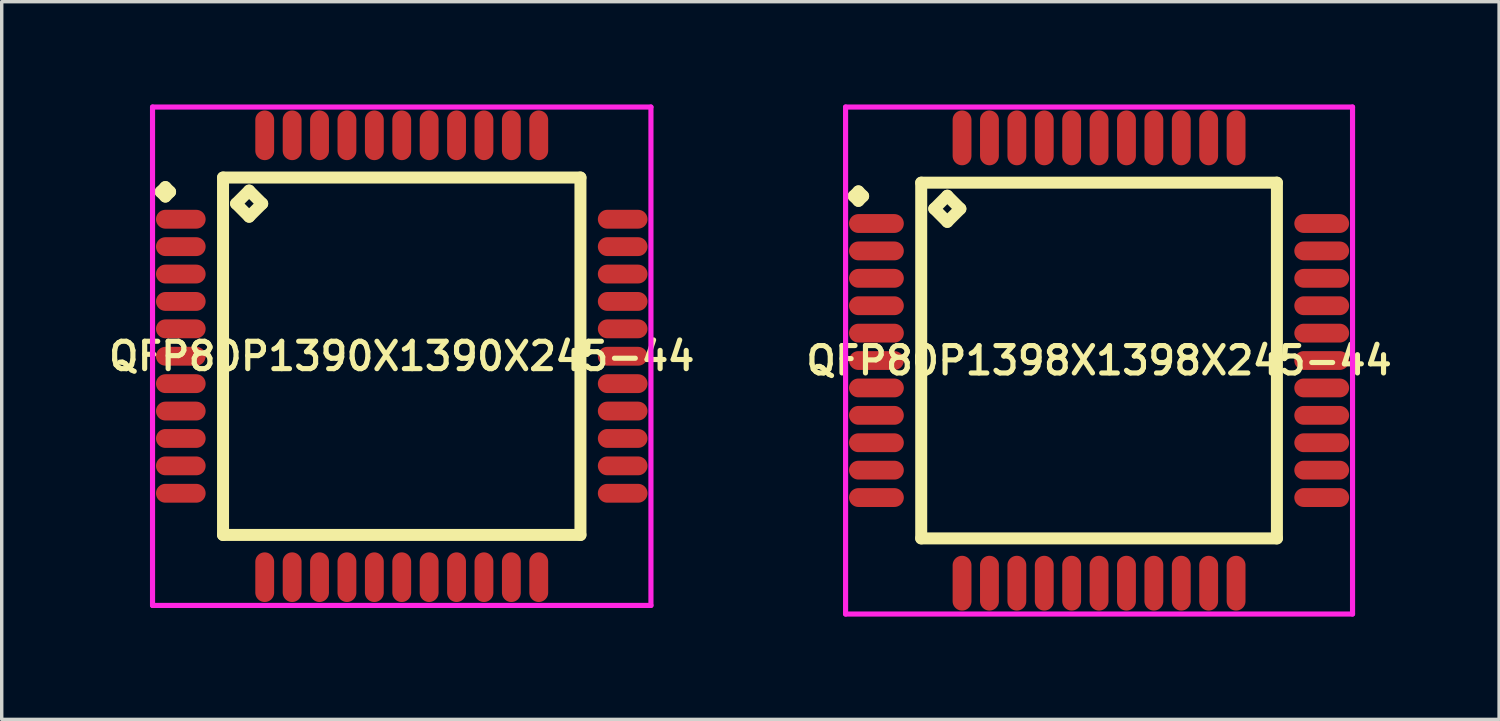
<source format=kicad_pcb>
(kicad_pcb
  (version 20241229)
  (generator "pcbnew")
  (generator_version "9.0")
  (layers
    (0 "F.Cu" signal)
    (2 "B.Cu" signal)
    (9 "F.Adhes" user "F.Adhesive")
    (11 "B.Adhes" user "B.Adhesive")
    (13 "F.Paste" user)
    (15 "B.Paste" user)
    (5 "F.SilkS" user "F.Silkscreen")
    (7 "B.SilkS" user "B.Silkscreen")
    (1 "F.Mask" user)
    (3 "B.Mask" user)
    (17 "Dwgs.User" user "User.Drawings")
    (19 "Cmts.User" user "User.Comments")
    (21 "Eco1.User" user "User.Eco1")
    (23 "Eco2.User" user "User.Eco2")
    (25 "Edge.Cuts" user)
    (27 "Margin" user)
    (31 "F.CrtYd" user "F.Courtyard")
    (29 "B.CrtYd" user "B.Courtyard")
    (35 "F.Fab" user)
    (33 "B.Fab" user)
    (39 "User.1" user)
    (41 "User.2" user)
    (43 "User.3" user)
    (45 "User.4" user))
  (footprint "QFP80P1398X1398X245-44"
    (layer "F.Cu")
    (at 29.035 7.475)
    (property "Reference" "QFP80P1398X1398X245-44" (at 0 0 0) (layer "F.SilkS") (effects (font (size 0.8 0.8) (thickness 0.15))))
    (attr smd)
    (fp_line (start -7.162 -4.8) (end -7.025 -4.938) (stroke (width 0.35) (type solid)) (layer "F.SilkS"))
    (fp_line (start -7.025 -4.938) (end -6.888 -4.8) (stroke (width 0.35) (type solid)) (layer "F.SilkS"))
    (fp_line (start -7.025 -4.662) (end -7.162 -4.8) (stroke (width 0.35) (type solid)) (layer "F.SilkS"))
    (fp_line (start -6.888 -4.8) (end -7.025 -4.662) (stroke (width 0.35) (type solid)) (layer "F.SilkS"))
    (fp_line (start -5.192 -5.192) (end -5.192 5.192) (stroke (width 0.35) (type solid)) (layer "F.SilkS"))
    (fp_line (start -5.192 5.192) (end 5.192 5.192) (stroke (width 0.35) (type solid)) (layer "F.SilkS"))
    (fp_line (start -4.811 -4.43) (end -4.43 -4.811) (stroke (width 0.35) (type solid)) (layer "F.SilkS"))
    (fp_line (start -4.43 -4.811) (end -4.049 -4.43) (stroke (width 0.35) (type solid)) (layer "F.SilkS"))
    (fp_line (start -4.43 -4.049) (end -4.811 -4.43) (stroke (width 0.35) (type solid)) (layer "F.SilkS"))
    (fp_line (start -4.049 -4.43) (end -4.43 -4.049) (stroke (width 0.35) (type solid)) (layer "F.SilkS"))
    (fp_line (start 5.192 -5.192) (end -5.192 -5.192) (stroke (width 0.35) (type solid)) (layer "F.SilkS"))
    (fp_line (start 5.192 5.192) (end 5.192 -5.192) (stroke (width 0.35) (type solid)) (layer "F.SilkS"))
    (fp_line (start -7.4 -7.4) (end 7.4 -7.4) (stroke (width 0.15) (type solid)) (layer "F.CrtYd"))
    (fp_line (start -7.4 7.4) (end -7.4 -7.4) (stroke (width 0.15) (type solid)) (layer "F.CrtYd"))
    (fp_line (start 7.4 -7.4) (end 7.4 7.4) (stroke (width 0.15) (type solid)) (layer "F.CrtYd"))
    (fp_line (start 7.4 7.4) (end -7.4 7.4) (stroke (width 0.15) (type solid)) (layer "F.CrtYd"))
    (pad "1" smd oval (at -6.5 -4) (size 1.6 0.55) (layers "F.Cu" "F.Mask" "F.Paste"))
    (pad "2" smd oval (at -6.5 -3.2) (size 1.6 0.55) (layers "F.Cu" "F.Mask" "F.Paste"))
    (pad "3" smd oval (at -6.5 -2.4) (size 1.6 0.55) (layers "F.Cu" "F.Mask" "F.Paste"))
    (pad "4" smd oval (at -6.5 -1.6) (size 1.6 0.55) (layers "F.Cu" "F.Mask" "F.Paste"))
    (pad "5" smd oval (at -6.5 -0.8) (size 1.6 0.55) (layers "F.Cu" "F.Mask" "F.Paste"))
    (pad "6" smd oval (at -6.5 0) (size 1.6 0.55) (layers "F.Cu" "F.Mask" "F.Paste"))
    (pad "7" smd oval (at -6.5 0.8) (size 1.6 0.55) (layers "F.Cu" "F.Mask" "F.Paste"))
    (pad "8" smd oval (at -6.5 1.6) (size 1.6 0.55) (layers "F.Cu" "F.Mask" "F.Paste"))
    (pad "9" smd oval (at -6.5 2.4) (size 1.6 0.55) (layers "F.Cu" "F.Mask" "F.Paste"))
    (pad "10" smd oval (at -6.5 3.2) (size 1.6 0.55) (layers "F.Cu" "F.Mask" "F.Paste"))
    (pad "11" smd oval (at -6.5 4) (size 1.6 0.55) (layers "F.Cu" "F.Mask" "F.Paste"))
    (pad "12" smd oval (at -4 6.5) (size 0.55 1.6) (layers "F.Cu" "F.Mask" "F.Paste"))
    (pad "13" smd oval (at -3.2 6.5) (size 0.55 1.6) (layers "F.Cu" "F.Mask" "F.Paste"))
    (pad "14" smd oval (at -2.4 6.5) (size 0.55 1.6) (layers "F.Cu" "F.Mask" "F.Paste"))
    (pad "15" smd oval (at -1.6 6.5) (size 0.55 1.6) (layers "F.Cu" "F.Mask" "F.Paste"))
    (pad "16" smd oval (at -0.8 6.5) (size 0.55 1.6) (layers "F.Cu" "F.Mask" "F.Paste"))
    (pad "17" smd oval (at 0 6.5) (size 0.55 1.6) (layers "F.Cu" "F.Mask" "F.Paste"))
    (pad "18" smd oval (at 0.8 6.5) (size 0.55 1.6) (layers "F.Cu" "F.Mask" "F.Paste"))
    (pad "19" smd oval (at 1.6 6.5) (size 0.55 1.6) (layers "F.Cu" "F.Mask" "F.Paste"))
    (pad "20" smd oval (at 2.4 6.5) (size 0.55 1.6) (layers "F.Cu" "F.Mask" "F.Paste"))
    (pad "21" smd oval (at 3.2 6.5) (size 0.55 1.6) (layers "F.Cu" "F.Mask" "F.Paste"))
    (pad "22" smd oval (at 4 6.5) (size 0.55 1.6) (layers "F.Cu" "F.Mask" "F.Paste"))
    (pad "23" smd oval (at 6.5 4) (size 1.6 0.55) (layers "F.Cu" "F.Mask" "F.Paste"))
    (pad "24" smd oval (at 6.5 3.2) (size 1.6 0.55) (layers "F.Cu" "F.Mask" "F.Paste"))
    (pad "25" smd oval (at 6.5 2.4) (size 1.6 0.55) (layers "F.Cu" "F.Mask" "F.Paste"))
    (pad "26" smd oval (at 6.5 1.6) (size 1.6 0.55) (layers "F.Cu" "F.Mask" "F.Paste"))
    (pad "27" smd oval (at 6.5 0.8) (size 1.6 0.55) (layers "F.Cu" "F.Mask" "F.Paste"))
    (pad "28" smd oval (at 6.5 0) (size 1.6 0.55) (layers "F.Cu" "F.Mask" "F.Paste"))
    (pad "29" smd oval (at 6.5 -0.8) (size 1.6 0.55) (layers "F.Cu" "F.Mask" "F.Paste"))
    (pad "30" smd oval (at 6.5 -1.6) (size 1.6 0.55) (layers "F.Cu" "F.Mask" "F.Paste"))
    (pad "31" smd oval (at 6.5 -2.4) (size 1.6 0.55) (layers "F.Cu" "F.Mask" "F.Paste"))
    (pad "32" smd oval (at 6.5 -3.2) (size 1.6 0.55) (layers "F.Cu" "F.Mask" "F.Paste"))
    (pad "33" smd oval (at 6.5 -4) (size 1.6 0.55) (layers "F.Cu" "F.Mask" "F.Paste"))
    (pad "34" smd oval (at 4 -6.5) (size 0.55 1.6) (layers "F.Cu" "F.Mask" "F.Paste"))
    (pad "35" smd oval (at 3.2 -6.5) (size 0.55 1.6) (layers "F.Cu" "F.Mask" "F.Paste"))
    (pad "36" smd oval (at 2.4 -6.5) (size 0.55 1.6) (layers "F.Cu" "F.Mask" "F.Paste"))
    (pad "37" smd oval (at 1.6 -6.5) (size 0.55 1.6) (layers "F.Cu" "F.Mask" "F.Paste"))
    (pad "38" smd oval (at 0.8 -6.5) (size 0.55 1.6) (layers "F.Cu" "F.Mask" "F.Paste"))
    (pad "39" smd oval (at 0 -6.5) (size 0.55 1.6) (layers "F.Cu" "F.Mask" "F.Paste"))
    (pad "40" smd oval (at -0.8 -6.5) (size 0.55 1.6) (layers "F.Cu" "F.Mask" "F.Paste"))
    (pad "41" smd oval (at -1.6 -6.5) (size 0.55 1.6) (layers "F.Cu" "F.Mask" "F.Paste"))
    (pad "42" smd oval (at -2.4 -6.5) (size 0.55 1.6) (layers "F.Cu" "F.Mask" "F.Paste"))
    (pad "43" smd oval (at -3.2 -6.5) (size 0.55 1.6) (layers "F.Cu" "F.Mask" "F.Paste"))
    (pad "44" smd oval (at -4 -6.5) (size 0.55 1.6) (layers "F.Cu" "F.Mask" "F.Paste")))
  (footprint "QFP80P1390X1390X245-44"
    (layer "F.Cu")
    (at 8.678 7.35)
    (property "Reference" "QFP80P1390X1390X245-44" (at 0 0 0) (layer "F.SilkS") (effects (font (size 0.8 0.8) (thickness 0.15))))
    (attr smd)
    (fp_line (start -7.037 -4.8) (end -6.9 -4.938) (stroke (width 0.35) (type solid)) (layer "F.SilkS"))
    (fp_line (start -6.9 -4.938) (end -6.763 -4.8) (stroke (width 0.35) (type solid)) (layer "F.SilkS"))
    (fp_line (start -6.9 -4.662) (end -7.037 -4.8) (stroke (width 0.35) (type solid)) (layer "F.SilkS"))
    (fp_line (start -6.763 -4.8) (end -6.9 -4.662) (stroke (width 0.35) (type solid)) (layer "F.SilkS"))
    (fp_line (start -5.217 -5.217) (end -5.217 5.217) (stroke (width 0.35) (type solid)) (layer "F.SilkS"))
    (fp_line (start -5.217 5.217) (end 5.217 5.217) (stroke (width 0.35) (type solid)) (layer "F.SilkS"))
    (fp_line (start -4.836 -4.455) (end -4.455 -4.836) (stroke (width 0.35) (type solid)) (layer "F.SilkS"))
    (fp_line (start -4.455 -4.836) (end -4.074 -4.455) (stroke (width 0.35) (type solid)) (layer "F.SilkS"))
    (fp_line (start -4.455 -4.074) (end -4.836 -4.455) (stroke (width 0.35) (type solid)) (layer "F.SilkS"))
    (fp_line (start -4.074 -4.455) (end -4.455 -4.074) (stroke (width 0.35) (type solid)) (layer "F.SilkS"))
    (fp_line (start 5.217 -5.217) (end -5.217 -5.217) (stroke (width 0.35) (type solid)) (layer "F.SilkS"))
    (fp_line (start 5.217 5.217) (end 5.217 -5.217) (stroke (width 0.35) (type solid)) (layer "F.SilkS"))
    (fp_line (start -7.275 -7.275) (end 7.275 -7.275) (stroke (width 0.15) (type solid)) (layer "F.CrtYd"))
    (fp_line (start -7.275 7.275) (end -7.275 -7.275) (stroke (width 0.15) (type solid)) (layer "F.CrtYd"))
    (fp_line (start 7.275 -7.275) (end 7.275 7.275) (stroke (width 0.15) (type solid)) (layer "F.CrtYd"))
    (fp_line (start 7.275 7.275) (end -7.275 7.275) (stroke (width 0.15) (type solid)) (layer "F.CrtYd"))
    (pad "1" smd oval (at -6.45 -4) (size 1.45 0.55) (layers "F.Cu" "F.Mask" "F.Paste"))
    (pad "2" smd oval (at -6.45 -3.2) (size 1.45 0.55) (layers "F.Cu" "F.Mask" "F.Paste"))
    (pad "3" smd oval (at -6.45 -2.4) (size 1.45 0.55) (layers "F.Cu" "F.Mask" "F.Paste"))
    (pad "4" smd oval (at -6.45 -1.6) (size 1.45 0.55) (layers "F.Cu" "F.Mask" "F.Paste"))
    (pad "5" smd oval (at -6.45 -0.8) (size 1.45 0.55) (layers "F.Cu" "F.Mask" "F.Paste"))
    (pad "6" smd oval (at -6.45 0) (size 1.45 0.55) (layers "F.Cu" "F.Mask" "F.Paste"))
    (pad "7" smd oval (at -6.45 0.8) (size 1.45 0.55) (layers "F.Cu" "F.Mask" "F.Paste"))
    (pad "8" smd oval (at -6.45 1.6) (size 1.45 0.55) (layers "F.Cu" "F.Mask" "F.Paste"))
    (pad "9" smd oval (at -6.45 2.4) (size 1.45 0.55) (layers "F.Cu" "F.Mask" "F.Paste"))
    (pad "10" smd oval (at -6.45 3.2) (size 1.45 0.55) (layers "F.Cu" "F.Mask" "F.Paste"))
    (pad "11" smd oval (at -6.45 4) (size 1.45 0.55) (layers "F.Cu" "F.Mask" "F.Paste"))
    (pad "12" smd oval (at -4 6.45) (size 0.55 1.45) (layers "F.Cu" "F.Mask" "F.Paste"))
    (pad "13" smd oval (at -3.2 6.45) (size 0.55 1.45) (layers "F.Cu" "F.Mask" "F.Paste"))
    (pad "14" smd oval (at -2.4 6.45) (size 0.55 1.45) (layers "F.Cu" "F.Mask" "F.Paste"))
    (pad "15" smd oval (at -1.6 6.45) (size 0.55 1.45) (layers "F.Cu" "F.Mask" "F.Paste"))
    (pad "16" smd oval (at -0.8 6.45) (size 0.55 1.45) (layers "F.Cu" "F.Mask" "F.Paste"))
    (pad "17" smd oval (at 0 6.45) (size 0.55 1.45) (layers "F.Cu" "F.Mask" "F.Paste"))
    (pad "18" smd oval (at 0.8 6.45) (size 0.55 1.45) (layers "F.Cu" "F.Mask" "F.Paste"))
    (pad "19" smd oval (at 1.6 6.45) (size 0.55 1.45) (layers "F.Cu" "F.Mask" "F.Paste"))
    (pad "20" smd oval (at 2.4 6.45) (size 0.55 1.45) (layers "F.Cu" "F.Mask" "F.Paste"))
    (pad "21" smd oval (at 3.2 6.45) (size 0.55 1.45) (layers "F.Cu" "F.Mask" "F.Paste"))
    (pad "22" smd oval (at 4 6.45) (size 0.55 1.45) (layers "F.Cu" "F.Mask" "F.Paste"))
    (pad "23" smd oval (at 6.45 4) (size 1.45 0.55) (layers "F.Cu" "F.Mask" "F.Paste"))
    (pad "24" smd oval (at 6.45 3.2) (size 1.45 0.55) (layers "F.Cu" "F.Mask" "F.Paste"))
    (pad "25" smd oval (at 6.45 2.4) (size 1.45 0.55) (layers "F.Cu" "F.Mask" "F.Paste"))
    (pad "26" smd oval (at 6.45 1.6) (size 1.45 0.55) (layers "F.Cu" "F.Mask" "F.Paste"))
    (pad "27" smd oval (at 6.45 0.8) (size 1.45 0.55) (layers "F.Cu" "F.Mask" "F.Paste"))
    (pad "28" smd oval (at 6.45 0) (size 1.45 0.55) (layers "F.Cu" "F.Mask" "F.Paste"))
    (pad "29" smd oval (at 6.45 -0.8) (size 1.45 0.55) (layers "F.Cu" "F.Mask" "F.Paste"))
    (pad "30" smd oval (at 6.45 -1.6) (size 1.45 0.55) (layers "F.Cu" "F.Mask" "F.Paste"))
    (pad "31" smd oval (at 6.45 -2.4) (size 1.45 0.55) (layers "F.Cu" "F.Mask" "F.Paste"))
    (pad "32" smd oval (at 6.45 -3.2) (size 1.45 0.55) (layers "F.Cu" "F.Mask" "F.Paste"))
    (pad "33" smd oval (at 6.45 -4) (size 1.45 0.55) (layers "F.Cu" "F.Mask" "F.Paste"))
    (pad "34" smd oval (at 4 -6.45) (size 0.55 1.45) (layers "F.Cu" "F.Mask" "F.Paste"))
    (pad "35" smd oval (at 3.2 -6.45) (size 0.55 1.45) (layers "F.Cu" "F.Mask" "F.Paste"))
    (pad "36" smd oval (at 2.4 -6.45) (size 0.55 1.45) (layers "F.Cu" "F.Mask" "F.Paste"))
    (pad "37" smd oval (at 1.6 -6.45) (size 0.55 1.45) (layers "F.Cu" "F.Mask" "F.Paste"))
    (pad "38" smd oval (at 0.8 -6.45) (size 0.55 1.45) (layers "F.Cu" "F.Mask" "F.Paste"))
    (pad "39" smd oval (at 0 -6.45) (size 0.55 1.45) (layers "F.Cu" "F.Mask" "F.Paste"))
    (pad "40" smd oval (at -0.8 -6.45) (size 0.55 1.45) (layers "F.Cu" "F.Mask" "F.Paste"))
    (pad "41" smd oval (at -1.6 -6.45) (size 0.55 1.45) (layers "F.Cu" "F.Mask" "F.Paste"))
    (pad "42" smd oval (at -2.4 -6.45) (size 0.55 1.45) (layers "F.Cu" "F.Mask" "F.Paste"))
    (pad "43" smd oval (at -3.2 -6.45) (size 0.55 1.45) (layers "F.Cu" "F.Mask" "F.Paste"))
    (pad "44" smd oval (at -4 -6.45) (size 0.55 1.45) (layers "F.Cu" "F.Mask" "F.Paste")))
  (gr_rect
    (start -3 -3)
    (end 40.713 17.95)
    (stroke (width 0.1) (type default))
    (fill no)
    (layer "Edge.Cuts")))
</source>
